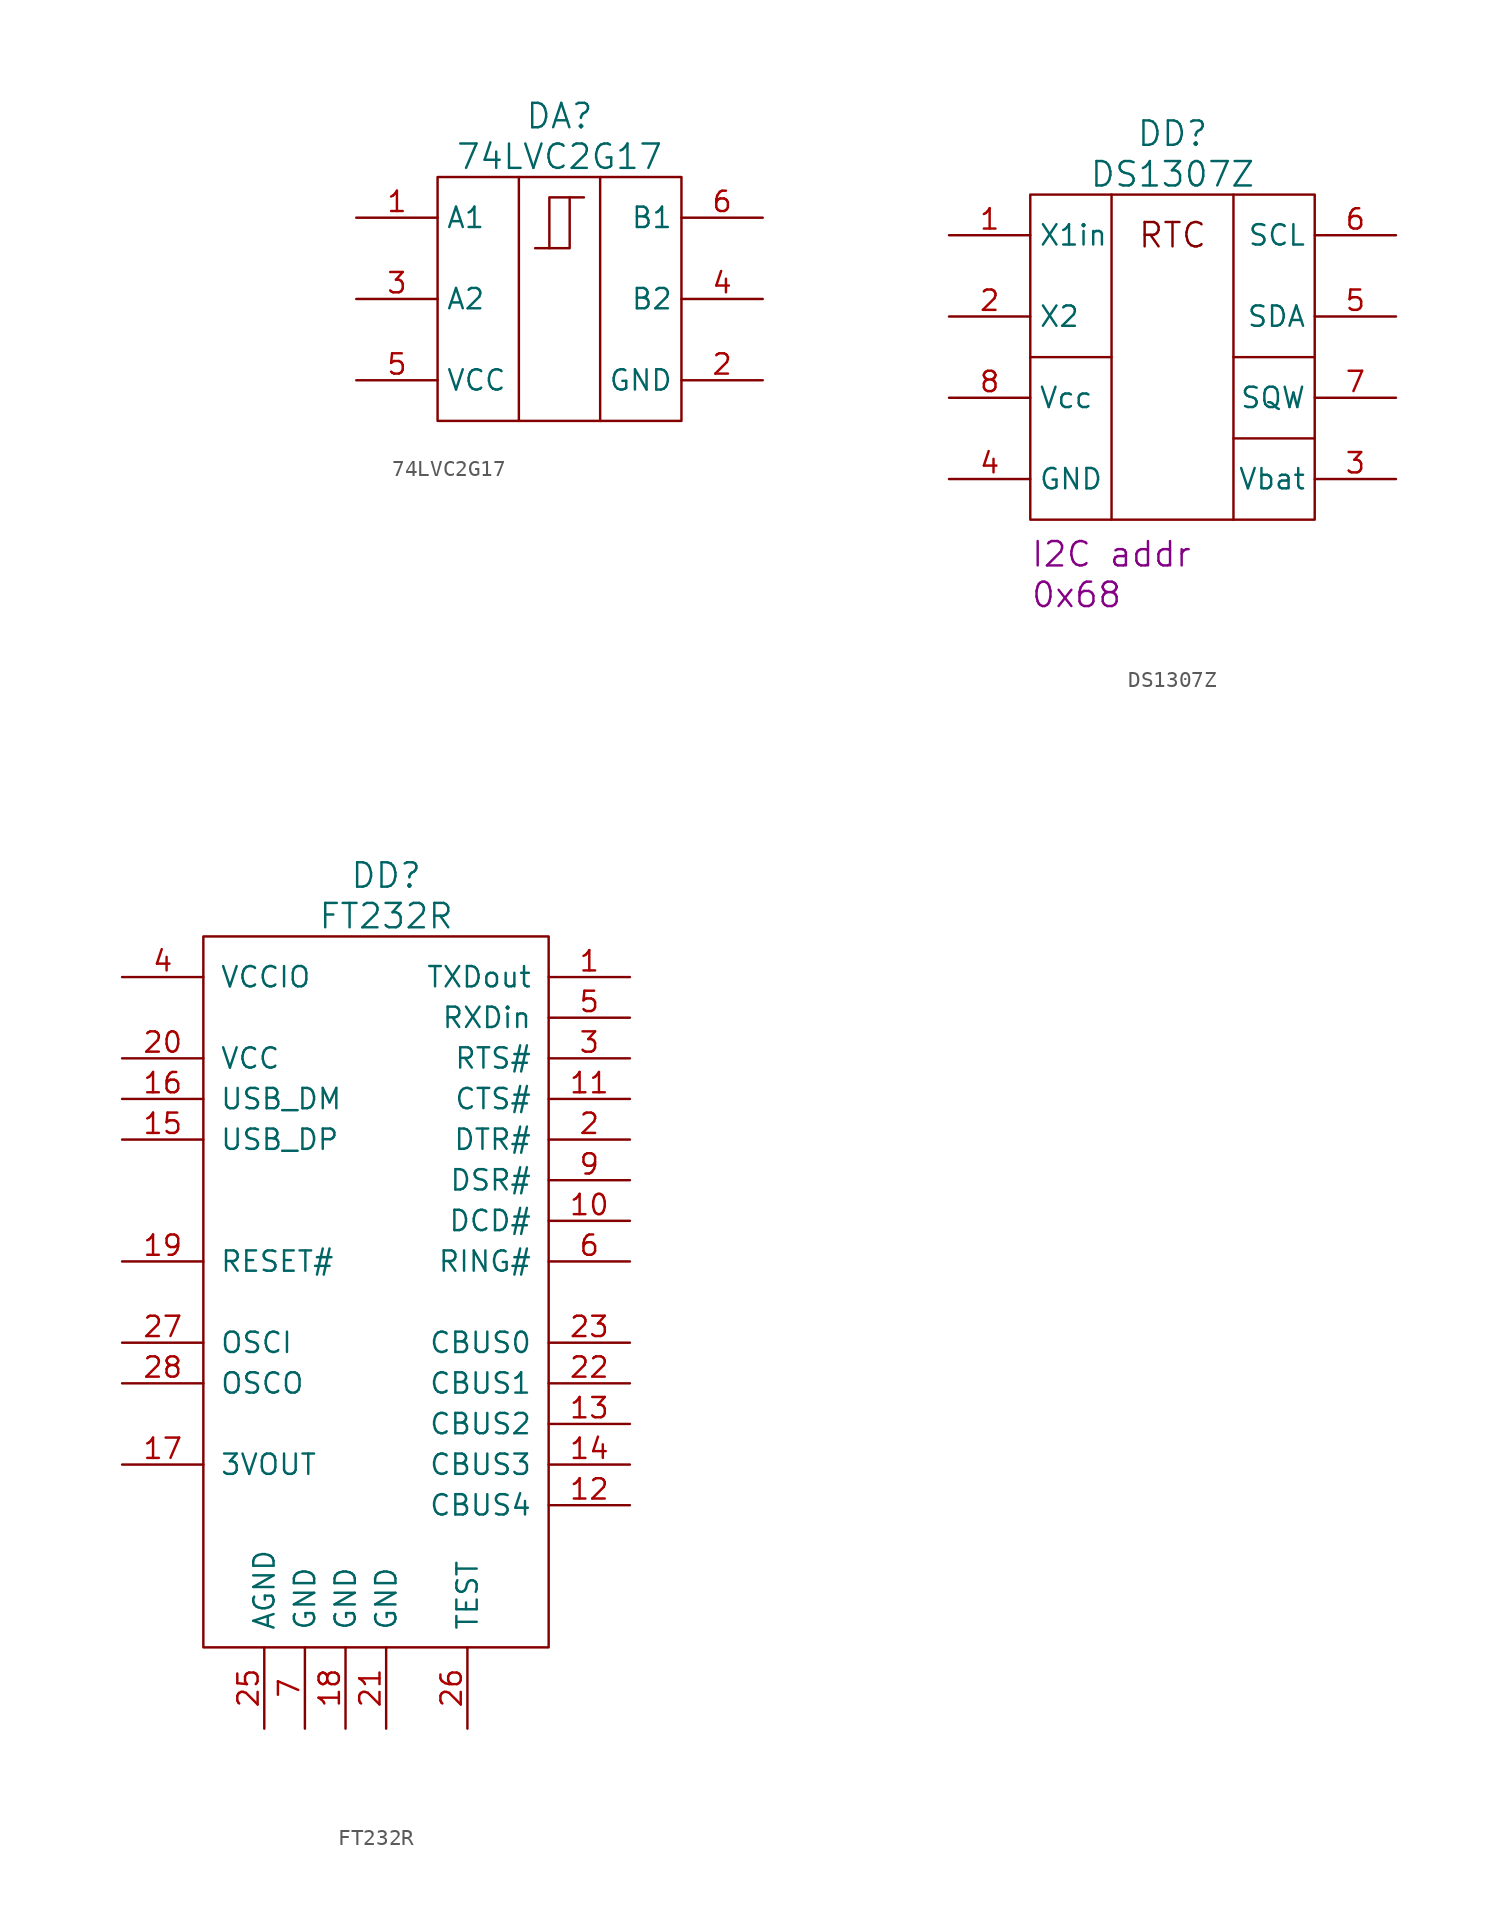
<source format=kicad_sym>
(kicad_symbol_lib
  (version 20220914)
  (generator kicad_symbol_editor)
  (symbol "74LVC2G17"
    (property "Reference" "DA"
      (at 0 11.43 0)
      (effects (font (size 1.524 1.524))))
    (property "Value" "74LVC2G17"
      (at 0 8.89 0)
      (effects (font (size 1.524 1.524))))
    (property "Datasheet" ""
      (at -26.67 -3.81 0)
      (effects (font (size 1.524 1.524))))
    (symbol "74LVC2G17_0_1"
      (rectangle (start -7.62 7.62) (end 7.62 -7.62) (stroke (width 0) (type solid)) (fill (type none)))
      (polyline (pts (xy -2.54 7.62) (xy -2.54 -7.62)) (stroke (width 0) (type solid)) (fill (type none)))
      (polyline (pts (xy -1.524 3.175) (xy 0.635 3.175) (xy 0.635 6.35)) (stroke (width 0) (type solid)) (fill (type none)))
      (polyline (pts (xy 2.54 -7.62) (xy 2.54 7.62) (xy 2.54 7.62)) (stroke (width 0) (type solid)) (fill (type none)))
      (polyline (pts (xy 1.524 6.35) (xy 0.635 6.35) (xy 0 6.35) (xy -0.635 6.35) (xy -0.635 3.175)) (stroke (width 0) (type solid)) (fill (type none))))
    (symbol "74LVC2G17_1_1"
      (pin input line (at -12.7 5.08 0) (length 5.08) (name "A1" (effects (font (size 1.27 1.27)))) (number "1" (effects (font (size 1.27 1.27)))))
      (pin power_in line (at 12.7 -5.08 180) (length 5.08) (name "GND" (effects (font (size 1.27 1.27)))) (number "2" (effects (font (size 1.27 1.27)))))
      (pin output line (at -12.7 0 0) (length 5.08) (name "A2" (effects (font (size 1.27 1.27)))) (number "3" (effects (font (size 1.27 1.27)))))
      (pin bidirectional line (at 12.7 0 180) (length 5.08) (name "B2" (effects (font (size 1.27 1.27)))) (number "4" (effects (font (size 1.27 1.27)))))
      (pin power_in line (at -12.7 -5.08 0) (length 5.08) (name "VCC" (effects (font (size 1.27 1.27)))) (number "5" (effects (font (size 1.27 1.27)))))
      (pin output line (at 12.7 5.08 180) (length 5.08) (name "B1" (effects (font (size 1.27 1.27)))) (number "6" (effects (font (size 1.27 1.27)))))))
  (symbol "DS1307Z"
    (property "Reference" "DD"
      (at 0 13.97 0)
      (effects (font (size 1.524 1.524))))
    (property "Value" "DS1307Z"
      (at 0 11.43 0)
      (effects (font (size 1.524 1.524))))
    (property "I2C" "I2C addr"
      (at -8.89 -11.43 0)
      (effects (font (size 1.524 1.524)) (justify left top)))
    (property "Addr" "0x68"
      (at -8.89 -13.97 0)
      (effects (font (size 1.524 1.524)) (justify left top)))
    (symbol "DS1307Z_0_0"
      (polyline (pts (xy -3.81 10.16) (xy -3.81 -10.16)) (stroke (width 0) (type solid)) (fill (type none)))
      (polyline (pts (xy 3.81 10.16) (xy 3.81 -10.16)) (stroke (width 0) (type solid)) (fill (type none)))
      (text "RTC" (at 0 7.62 0) (effects (font (size 1.524 1.524)))))
    (symbol "DS1307Z_0_1"
      (rectangle (start -8.89 0) (end -3.81 0) (stroke (width 0) (type solid)) (fill (type none)))
      (rectangle (start -8.89 10.16) (end 8.89 -10.16) (stroke (width 0) (type solid)) (fill (type none)))
      (rectangle (start 3.81 -5.08) (end 8.89 -5.08) (stroke (width 0) (type solid)) (fill (type none)))
      (rectangle (start 3.81 0) (end 8.89 0) (stroke (width 0) (type solid)) (fill (type none))))
    (symbol "DS1307Z_1_1"
      (pin passive line (at -13.97 7.62 0) (length 5.08) (name "X1in" (effects (font (size 1.27 1.27)))) (number "1" (effects (font (size 1.27 1.27)))))
      (pin passive line (at -13.97 2.54 0) (length 5.08) (name "X2" (effects (font (size 1.27 1.27)))) (number "2" (effects (font (size 1.27 1.27)))))
      (pin power_in line (at 13.97 -7.62 180) (length 5.08) (name "Vbat" (effects (font (size 1.27 1.27)))) (number "3" (effects (font (size 1.27 1.27)))))
      (pin power_in line (at -13.97 -7.62 0) (length 5.08) (name "GND" (effects (font (size 1.27 1.27)))) (number "4" (effects (font (size 1.27 1.27)))))
      (pin bidirectional line (at 13.97 2.54 180) (length 5.08) (name "SDA" (effects (font (size 1.27 1.27)))) (number "5" (effects (font (size 1.27 1.27)))))
      (pin input line (at 13.97 7.62 180) (length 5.08) (name "SCL" (effects (font (size 1.27 1.27)))) (number "6" (effects (font (size 1.27 1.27)))))
      (pin passive line (at 13.97 -2.54 180) (length 5.08) (name "SQW" (effects (font (size 1.27 1.27)))) (number "7" (effects (font (size 1.27 1.27)))))
      (pin power_in line (at -13.97 -2.54 0) (length 5.08) (name "Vcc" (effects (font (size 1.27 1.27)))) (number "8" (effects (font (size 1.27 1.27)))))))
  (symbol "FT232R"
    (pin_names
      (offset 1.016))
    (property "Reference" "DD"
      (at 0 21.59 0)
      (effects (font (size 1.524 1.524))))
    (property "Value" "FT232R"
      (at 0 19.05 0)
      (effects (font (size 1.524 1.524))))
    (property "Datasheet" ""
      (at 0 0 0)
      (effects (font (size 1.524 1.524))))
    (symbol "FT232R_0_1"
      (rectangle (start -11.43 17.78) (end 10.16 -26.67) (stroke (width 0) (type solid)) (fill (type none))))
    (symbol "FT232R_1_1"
      (pin passive line (at 15.24 15.24 180) (length 5.08) (name "TXDout" (effects (font (size 1.27 1.27)))) (number "1" (effects (font (size 1.27 1.27)))))
      (pin passive line (at 15.24 0 180) (length 5.08) (name "DCD#" (effects (font (size 1.27 1.27)))) (number "10" (effects (font (size 1.27 1.27)))))
      (pin passive line (at 15.24 7.62 180) (length 5.08) (name "CTS#" (effects (font (size 1.27 1.27)))) (number "11" (effects (font (size 1.27 1.27)))))
      (pin passive line (at 15.24 -17.78 180) (length 5.08) (name "CBUS4" (effects (font (size 1.27 1.27)))) (number "12" (effects (font (size 1.27 1.27)))))
      (pin passive line (at 15.24 -12.7 180) (length 5.08) (name "CBUS2" (effects (font (size 1.27 1.27)))) (number "13" (effects (font (size 1.27 1.27)))))
      (pin passive line (at 15.24 -15.24 180) (length 5.08) (name "CBUS3" (effects (font (size 1.27 1.27)))) (number "14" (effects (font (size 1.27 1.27)))))
      (pin passive line (at -16.51 5.08 0) (length 5.08) (name "USB_DP" (effects (font (size 1.27 1.27)))) (number "15" (effects (font (size 1.27 1.27)))))
      (pin passive line (at -16.51 7.62 0) (length 5.08) (name "USB_DM" (effects (font (size 1.27 1.27)))) (number "16" (effects (font (size 1.27 1.27)))))
      (pin power_out line (at -16.51 -15.24 0) (length 5.08) (name "3VOUT" (effects (font (size 1.27 1.27)))) (number "17" (effects (font (size 1.27 1.27)))))
      (pin power_in line (at -2.54 -31.75 90) (length 5.08) (name "GND" (effects (font (size 1.27 1.27)))) (number "18" (effects (font (size 1.27 1.27)))))
      (pin passive line (at -16.51 -2.54 0) (length 5.08) (name "RESET#" (effects (font (size 1.27 1.27)))) (number "19" (effects (font (size 1.27 1.27)))))
      (pin passive line (at 15.24 5.08 180) (length 5.08) (name "DTR#" (effects (font (size 1.27 1.27)))) (number "2" (effects (font (size 1.27 1.27)))))
      (pin power_in line (at -16.51 10.16 0) (length 5.08) (name "VCC" (effects (font (size 1.27 1.27)))) (number "20" (effects (font (size 1.27 1.27)))))
      (pin power_in line (at 0 -31.75 90) (length 5.08) (name "GND" (effects (font (size 1.27 1.27)))) (number "21" (effects (font (size 1.27 1.27)))))
      (pin passive line (at 15.24 -10.16 180) (length 5.08) (name "CBUS1" (effects (font (size 1.27 1.27)))) (number "22" (effects (font (size 1.27 1.27)))))
      (pin passive line (at 15.24 -7.62 180) (length 5.08) (name "CBUS0" (effects (font (size 1.27 1.27)))) (number "23" (effects (font (size 1.27 1.27)))))
      (pin no_connect line (at 10.16 -31.75 90) (length 5.08) hide (name "NC" (effects (font (size 1.27 1.27)))) (number "24" (effects (font (size 1.27 1.27)))))
      (pin power_in line (at -7.62 -31.75 90) (length 5.08) (name "AGND" (effects (font (size 1.27 1.27)))) (number "25" (effects (font (size 1.27 1.27)))))
      (pin passive line (at 5.08 -31.75 90) (length 5.08) (name "TEST" (effects (font (size 1.27 1.27)))) (number "26" (effects (font (size 1.27 1.27)))))
      (pin passive line (at -16.51 -7.62 0) (length 5.08) (name "OSCI" (effects (font (size 1.27 1.27)))) (number "27" (effects (font (size 1.27 1.27)))))
      (pin passive line (at -16.51 -10.16 0) (length 5.08) (name "OSCO" (effects (font (size 1.27 1.27)))) (number "28" (effects (font (size 1.27 1.27)))))
      (pin passive line (at 15.24 10.16 180) (length 5.08) (name "RTS#" (effects (font (size 1.27 1.27)))) (number "3" (effects (font (size 1.27 1.27)))))
      (pin power_in line (at -16.51 15.24 0) (length 5.08) (name "VCCIO" (effects (font (size 1.27 1.27)))) (number "4" (effects (font (size 1.27 1.27)))))
      (pin passive line (at 15.24 12.7 180) (length 5.08) (name "RXDin" (effects (font (size 1.27 1.27)))) (number "5" (effects (font (size 1.27 1.27)))))
      (pin passive line (at 15.24 -2.54 180) (length 5.08) (name "RING#" (effects (font (size 1.27 1.27)))) (number "6" (effects (font (size 1.27 1.27)))))
      (pin power_in line (at -5.08 -31.75 90) (length 5.08) (name "GND" (effects (font (size 1.27 1.27)))) (number "7" (effects (font (size 1.27 1.27)))))
      (pin no_connect line (at 7.62 -31.75 90) (length 5.08) hide (name "NC" (effects (font (size 1.27 1.27)))) (number "8" (effects (font (size 1.27 1.27)))))
      (pin passive line (at 15.24 2.54 180) (length 5.08) (name "DSR#" (effects (font (size 1.27 1.27)))) (number "9" (effects (font (size 1.27 1.27))))))))
</source>
